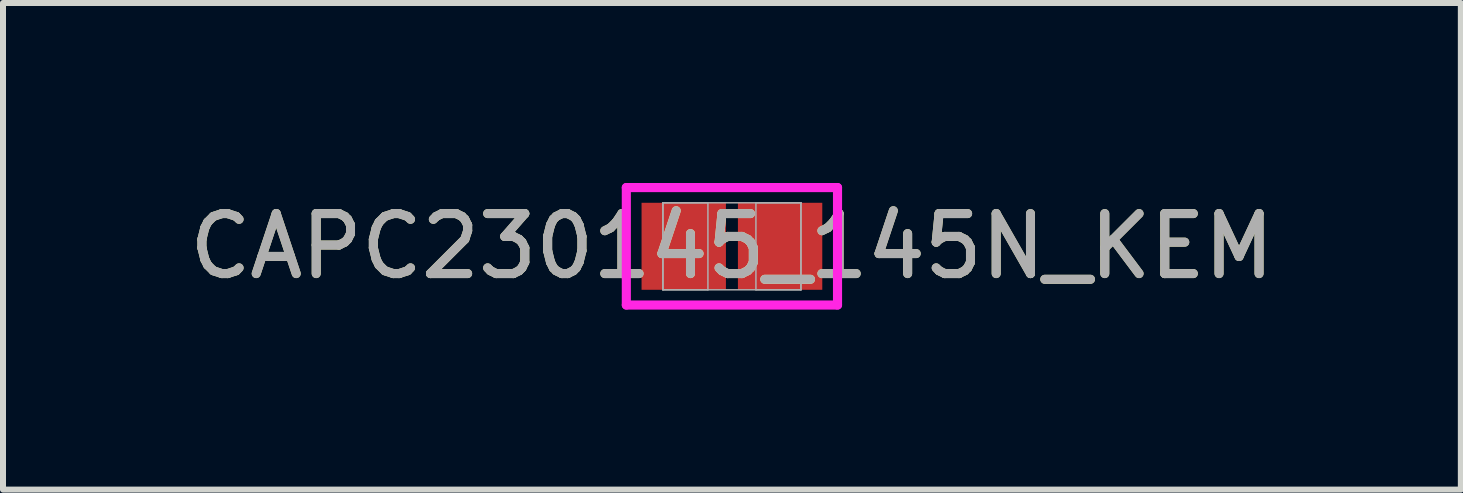
<source format=kicad_pcb>
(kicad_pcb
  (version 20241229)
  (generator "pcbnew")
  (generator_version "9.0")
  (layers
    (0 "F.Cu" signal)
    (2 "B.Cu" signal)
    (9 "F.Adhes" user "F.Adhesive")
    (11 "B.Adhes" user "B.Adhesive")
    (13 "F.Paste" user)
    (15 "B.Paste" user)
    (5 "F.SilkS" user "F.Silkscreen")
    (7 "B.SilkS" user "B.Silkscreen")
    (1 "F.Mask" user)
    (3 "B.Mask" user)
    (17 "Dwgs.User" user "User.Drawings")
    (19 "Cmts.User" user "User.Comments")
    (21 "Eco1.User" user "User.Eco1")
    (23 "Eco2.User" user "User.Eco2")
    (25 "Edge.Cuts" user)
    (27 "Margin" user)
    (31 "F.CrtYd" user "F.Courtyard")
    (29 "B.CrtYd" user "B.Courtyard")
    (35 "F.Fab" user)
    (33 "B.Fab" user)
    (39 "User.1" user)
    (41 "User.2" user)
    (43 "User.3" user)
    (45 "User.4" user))
  (footprint "CAPC230145_145N_KEM"
    (layer "F.Cu")
    (at 9.149 1.055)
    (property "Reference" "CAPC230145_145N_KEM" (at 0 0 0) (unlocked yes) (layer "F.SilkS") (effects (font (size 1 1) (thickness 0.15))))
    (attr smd)
    (fp_line (start -1.76 -0.979) (end 1.76 -0.979) (stroke (width 0.152) (type solid)) (layer "F.CrtYd"))
    (fp_line (start -1.76 0.979) (end -1.76 -0.979) (stroke (width 0.152) (type solid)) (layer "F.CrtYd"))
    (fp_line (start 1.76 -0.979) (end 1.76 0.979) (stroke (width 0.152) (type solid)) (layer "F.CrtYd"))
    (fp_line (start 1.76 0.979) (end -1.76 0.979) (stroke (width 0.152) (type solid)) (layer "F.CrtYd"))
    (fp_line (start -1.15 -0.725) (end -1.15 0.725) (stroke (width 0.025) (type solid)) (layer "F.Fab"))
    (fp_line (start -1.15 -0.725) (end -1.15 0.725) (stroke (width 0.025) (type solid)) (layer "F.Fab"))
    (fp_line (start -1.15 0.725) (end -0.4 0.725) (stroke (width 0.025) (type solid)) (layer "F.Fab"))
    (fp_line (start -1.15 0.725) (end 1.15 0.725) (stroke (width 0.025) (type solid)) (layer "F.Fab"))
    (fp_line (start -0.4 -0.725) (end -1.15 -0.725) (stroke (width 0.025) (type solid)) (layer "F.Fab"))
    (fp_line (start -0.4 0.725) (end -0.4 -0.725) (stroke (width 0.025) (type solid)) (layer "F.Fab"))
    (fp_line (start 0.4 -0.725) (end 0.4 0.725) (stroke (width 0.025) (type solid)) (layer "F.Fab"))
    (fp_line (start 0.4 0.725) (end 1.15 0.725) (stroke (width 0.025) (type solid)) (layer "F.Fab"))
    (fp_line (start 1.15 -0.725) (end -1.15 -0.725) (stroke (width 0.025) (type solid)) (layer "F.Fab"))
    (fp_line (start 1.15 -0.725) (end 0.4 -0.725) (stroke (width 0.025) (type solid)) (layer "F.Fab"))
    (fp_line (start 1.15 0.725) (end 1.15 -0.725) (stroke (width 0.025) (type solid)) (layer "F.Fab"))
    (fp_line (start 1.15 0.725) (end 1.15 -0.725) (stroke (width 0.025) (type solid)) (layer "F.Fab"))
    (fp_text user "${REFERENCE}" (at 0 0 0) (unlocked yes) (layer "F.Fab") (effects (font (size 1 1) (thickness 0.15))))
    (pad "1" smd rect (at -0.803 0) (size 1.406 1.45) (layers "F.Cu" "F.Mask" "F.Paste"))
    (pad "2" smd rect (at 0.803 0) (size 1.406 1.45) (layers "F.Cu" "F.Mask" "F.Paste"))
    (zone (net_name "") (layer "F.Cu") (hatch full 0.508) (connect_pads) (min_thickness 0.254) (filled_areas_thickness no) (keepout (tracks not_allowed) (vias not_allowed) (pads allowed) (copperpour not_allowed) (footprints allowed)) (placement (enabled no)) (fill) (polygon (pts (xy 9.1 0.381) (xy 9.198 0.381) (xy 9.198 1.729) (xy 9.1 1.729)))))
  (gr_rect
    (start -3 -3)
    (end 21.298 5.11)
    (stroke (width 0.1) (type default))
    (fill no)
    (layer "Edge.Cuts")))
</source>
